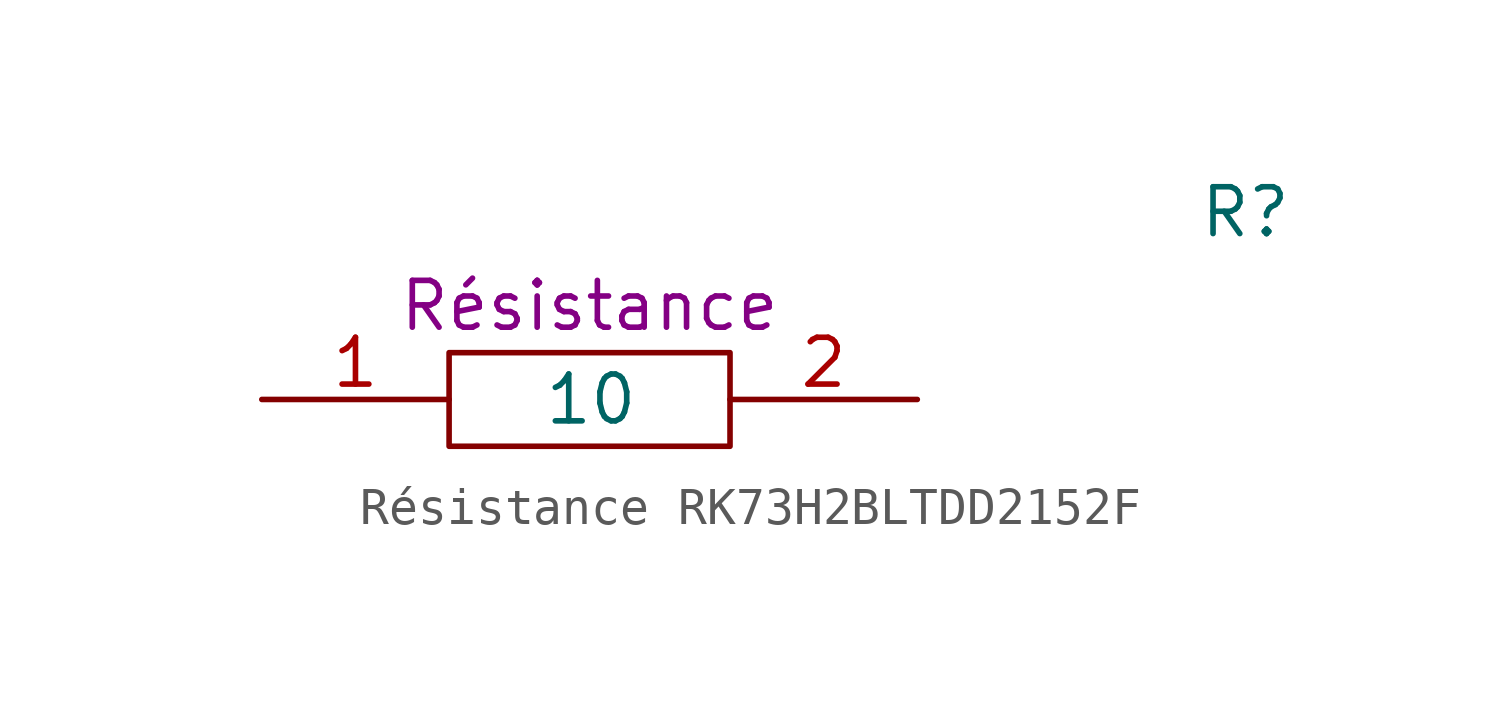
<source format=kicad_sym>
(kicad_symbol_lib
  (version 20220914)
  (generator kicad_symbol_editor)
  (symbol "Résistance RK73H2BLTDD2152F"
    (pin_names
      (offset 0.762))
    (property "Reference" "R"
      (at 25.4 5.08 0)
      (effects (font (size 1.27 1.27)) (justify left)))
    (property "Value" "10"
      (at 7.62 0 0)
      (effects (font (size 1.27 1.27)) (justify left)))
    (property "Render Name" "Résistance"
      (at 8.89 2.54 0)
      (effects (font (size 1.27 1.27))))
    (symbol "Résistance RK73H2BLTDD2152F_0_0"
      (pin passive line (at 0 0 0) (length 5.08) (name "~" (effects (font (size 1.27 1.27)))) (number "1" (effects (font (size 1.27 1.27)))))
      (pin passive line (at 17.78 0 180) (length 5.08) (name "~" (effects (font (size 1.27 1.27)))) (number "2" (effects (font (size 1.27 1.27))))))
    (symbol "Résistance RK73H2BLTDD2152F_0_1"
      (polyline (pts (xy 5.08 1.27) (xy 12.7 1.27) (xy 12.7 -1.27) (xy 5.08 -1.27) (xy 5.08 1.27)) (stroke (width 0.152) (type default)) (fill (type none))))))
</source>
